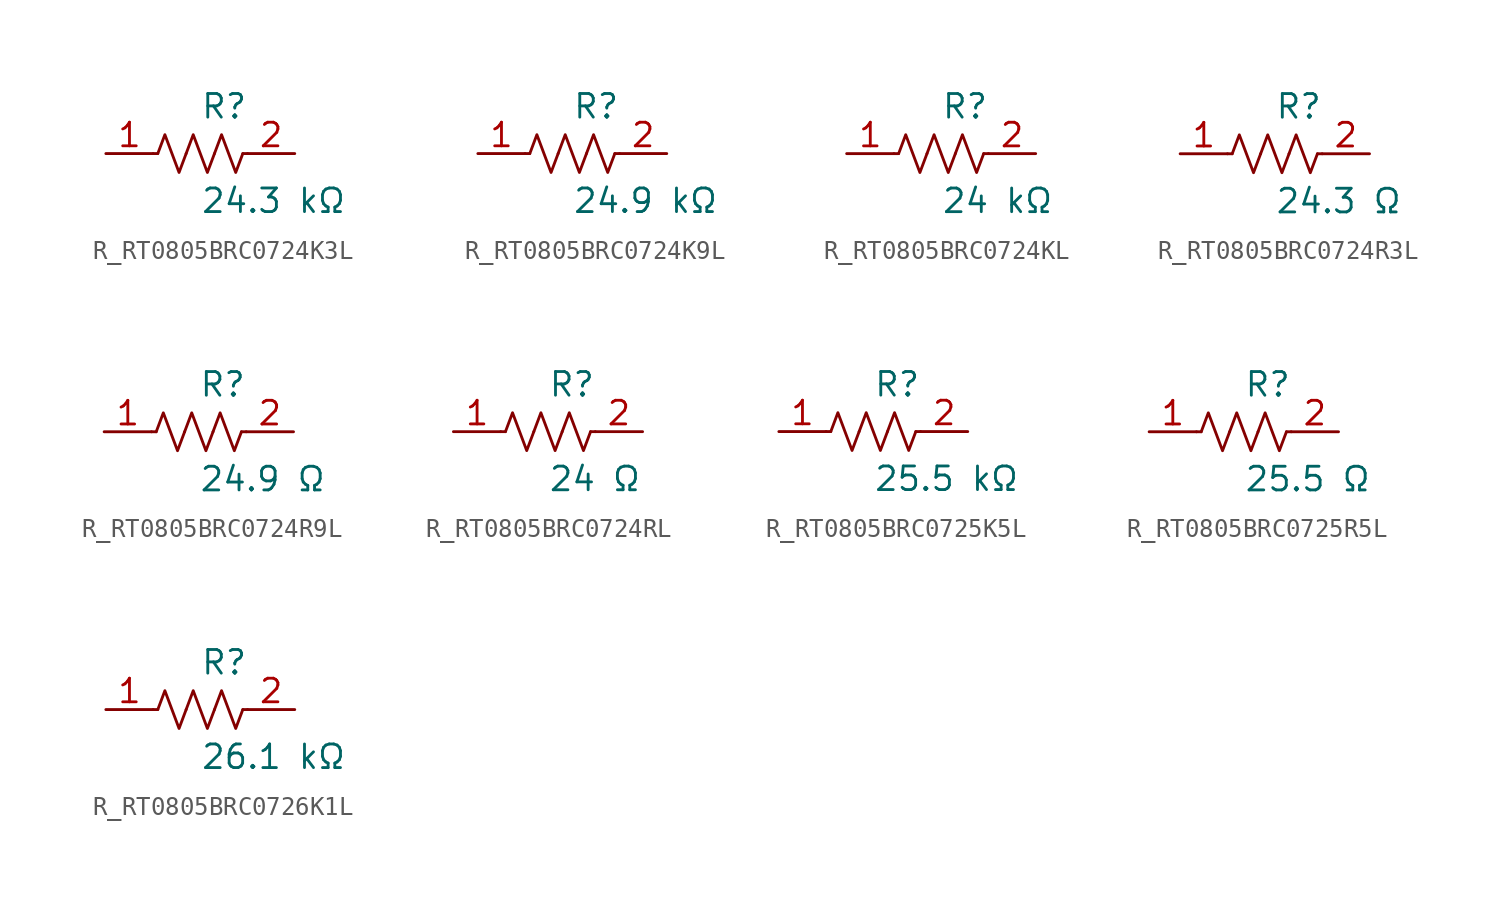
<source format=kicad_sym>
(kicad_symbol_lib
  (version 20231120)
  (generator kicad_symbol_editor)
  (generator_version 8.0)
  (symbol "R_RT0805BRC0724K3L"
    (pin_names
      (offset 0.254))
    (property "Reference" "R"
      (at 0 2.54 0)
      (effects (font (size 1.27 1.27)) (justify left)))
    (property "Value" "24.3 kΩ"
      (at 0 -2.54 0)
      (effects (font (size 1.27 1.27)) (justify left)))
    (symbol "R_RT0805BRC0724K3L_0_1"
      (polyline (pts (xy 2.286 0) (xy 2.54 0)) (stroke (width 0) (type default)) (fill (type none)))
      (polyline (pts (xy -2.286 0) (xy -2.54 0)) (stroke (width 0) (type default)) (fill (type none)))
      (polyline (pts (xy 0.762 0) (xy 1.143 1.016) (xy 1.524 0) (xy 1.905 -1.016) (xy 2.286 0)) (stroke (width 0) (type default)) (fill (type none)))
      (polyline (pts (xy -0.762 0) (xy -0.381 1.016) (xy 0 0) (xy 0.381 -1.016) (xy 0.762 0)) (stroke (width 0) (type default)) (fill (type none)))
      (polyline (pts (xy -2.286 0) (xy -1.905 1.016) (xy -1.524 0) (xy -1.143 -1.016) (xy -0.762 0)) (stroke (width 0) (type default)) (fill (type none))))
    (pin unspecified line
      (at -5.08 0 0)
      (length 2.54)
      (name "" (effects (font (size 1.27 1.27))))
      (number "1" (effects (font (size 1.27 1.27)))))
    (pin unspecified line
      (at 5.08 0 180)
      (length 2.54)
      (name "" (effects (font (size 1.27 1.27))))
      (number "2" (effects (font (size 1.27 1.27))))))
  (symbol "R_RT0805BRC0724K9L"
    (pin_names
      (offset 0.254))
    (property "Reference" "R"
      (at 0 2.54 0)
      (effects (font (size 1.27 1.27)) (justify left)))
    (property "Value" "24.9 kΩ"
      (at 0 -2.54 0)
      (effects (font (size 1.27 1.27)) (justify left)))
    (symbol "R_RT0805BRC0724K9L_0_1"
      (polyline (pts (xy 2.286 0) (xy 2.54 0)) (stroke (width 0) (type default)) (fill (type none)))
      (polyline (pts (xy -2.286 0) (xy -2.54 0)) (stroke (width 0) (type default)) (fill (type none)))
      (polyline (pts (xy 0.762 0) (xy 1.143 1.016) (xy 1.524 0) (xy 1.905 -1.016) (xy 2.286 0)) (stroke (width 0) (type default)) (fill (type none)))
      (polyline (pts (xy -0.762 0) (xy -0.381 1.016) (xy 0 0) (xy 0.381 -1.016) (xy 0.762 0)) (stroke (width 0) (type default)) (fill (type none)))
      (polyline (pts (xy -2.286 0) (xy -1.905 1.016) (xy -1.524 0) (xy -1.143 -1.016) (xy -0.762 0)) (stroke (width 0) (type default)) (fill (type none))))
    (pin unspecified line
      (at -5.08 0 0)
      (length 2.54)
      (name "" (effects (font (size 1.27 1.27))))
      (number "1" (effects (font (size 1.27 1.27)))))
    (pin unspecified line
      (at 5.08 0 180)
      (length 2.54)
      (name "" (effects (font (size 1.27 1.27))))
      (number "2" (effects (font (size 1.27 1.27))))))
  (symbol "R_RT0805BRC0724KL"
    (pin_names
      (offset 0.254))
    (property "Reference" "R"
      (at 0 2.54 0)
      (effects (font (size 1.27 1.27)) (justify left)))
    (property "Value" "24 kΩ"
      (at 0 -2.54 0)
      (effects (font (size 1.27 1.27)) (justify left)))
    (symbol "R_RT0805BRC0724KL_0_1"
      (polyline (pts (xy 2.286 0) (xy 2.54 0)) (stroke (width 0) (type default)) (fill (type none)))
      (polyline (pts (xy -2.286 0) (xy -2.54 0)) (stroke (width 0) (type default)) (fill (type none)))
      (polyline (pts (xy 0.762 0) (xy 1.143 1.016) (xy 1.524 0) (xy 1.905 -1.016) (xy 2.286 0)) (stroke (width 0) (type default)) (fill (type none)))
      (polyline (pts (xy -0.762 0) (xy -0.381 1.016) (xy 0 0) (xy 0.381 -1.016) (xy 0.762 0)) (stroke (width 0) (type default)) (fill (type none)))
      (polyline (pts (xy -2.286 0) (xy -1.905 1.016) (xy -1.524 0) (xy -1.143 -1.016) (xy -0.762 0)) (stroke (width 0) (type default)) (fill (type none))))
    (pin unspecified line
      (at -5.08 0 0)
      (length 2.54)
      (name "" (effects (font (size 1.27 1.27))))
      (number "1" (effects (font (size 1.27 1.27)))))
    (pin unspecified line
      (at 5.08 0 180)
      (length 2.54)
      (name "" (effects (font (size 1.27 1.27))))
      (number "2" (effects (font (size 1.27 1.27))))))
  (symbol "R_RT0805BRC0724R3L"
    (pin_names
      (offset 0.254))
    (property "Reference" "R"
      (at 0 2.54 0)
      (effects (font (size 1.27 1.27)) (justify left)))
    (property "Value" "24.3 Ω"
      (at 0 -2.54 0)
      (effects (font (size 1.27 1.27)) (justify left)))
    (symbol "R_RT0805BRC0724R3L_0_1"
      (polyline (pts (xy 2.286 0) (xy 2.54 0)) (stroke (width 0) (type default)) (fill (type none)))
      (polyline (pts (xy -2.286 0) (xy -2.54 0)) (stroke (width 0) (type default)) (fill (type none)))
      (polyline (pts (xy 0.762 0) (xy 1.143 1.016) (xy 1.524 0) (xy 1.905 -1.016) (xy 2.286 0)) (stroke (width 0) (type default)) (fill (type none)))
      (polyline (pts (xy -0.762 0) (xy -0.381 1.016) (xy 0 0) (xy 0.381 -1.016) (xy 0.762 0)) (stroke (width 0) (type default)) (fill (type none)))
      (polyline (pts (xy -2.286 0) (xy -1.905 1.016) (xy -1.524 0) (xy -1.143 -1.016) (xy -0.762 0)) (stroke (width 0) (type default)) (fill (type none))))
    (pin unspecified line
      (at -5.08 0 0)
      (length 2.54)
      (name "" (effects (font (size 1.27 1.27))))
      (number "1" (effects (font (size 1.27 1.27)))))
    (pin unspecified line
      (at 5.08 0 180)
      (length 2.54)
      (name "" (effects (font (size 1.27 1.27))))
      (number "2" (effects (font (size 1.27 1.27))))))
  (symbol "R_RT0805BRC0724R9L"
    (pin_names
      (offset 0.254))
    (property "Reference" "R"
      (at 0 2.54 0)
      (effects (font (size 1.27 1.27)) (justify left)))
    (property "Value" "24.9 Ω"
      (at 0 -2.54 0)
      (effects (font (size 1.27 1.27)) (justify left)))
    (symbol "R_RT0805BRC0724R9L_0_1"
      (polyline (pts (xy 2.286 0) (xy 2.54 0)) (stroke (width 0) (type default)) (fill (type none)))
      (polyline (pts (xy -2.286 0) (xy -2.54 0)) (stroke (width 0) (type default)) (fill (type none)))
      (polyline (pts (xy 0.762 0) (xy 1.143 1.016) (xy 1.524 0) (xy 1.905 -1.016) (xy 2.286 0)) (stroke (width 0) (type default)) (fill (type none)))
      (polyline (pts (xy -0.762 0) (xy -0.381 1.016) (xy 0 0) (xy 0.381 -1.016) (xy 0.762 0)) (stroke (width 0) (type default)) (fill (type none)))
      (polyline (pts (xy -2.286 0) (xy -1.905 1.016) (xy -1.524 0) (xy -1.143 -1.016) (xy -0.762 0)) (stroke (width 0) (type default)) (fill (type none))))
    (pin unspecified line
      (at -5.08 0 0)
      (length 2.54)
      (name "" (effects (font (size 1.27 1.27))))
      (number "1" (effects (font (size 1.27 1.27)))))
    (pin unspecified line
      (at 5.08 0 180)
      (length 2.54)
      (name "" (effects (font (size 1.27 1.27))))
      (number "2" (effects (font (size 1.27 1.27))))))
  (symbol "R_RT0805BRC0724RL"
    (pin_names
      (offset 0.254))
    (property "Reference" "R"
      (at 0 2.54 0)
      (effects (font (size 1.27 1.27)) (justify left)))
    (property "Value" "24 Ω"
      (at 0 -2.54 0)
      (effects (font (size 1.27 1.27)) (justify left)))
    (symbol "R_RT0805BRC0724RL_0_1"
      (polyline (pts (xy 2.286 0) (xy 2.54 0)) (stroke (width 0) (type default)) (fill (type none)))
      (polyline (pts (xy -2.286 0) (xy -2.54 0)) (stroke (width 0) (type default)) (fill (type none)))
      (polyline (pts (xy 0.762 0) (xy 1.143 1.016) (xy 1.524 0) (xy 1.905 -1.016) (xy 2.286 0)) (stroke (width 0) (type default)) (fill (type none)))
      (polyline (pts (xy -0.762 0) (xy -0.381 1.016) (xy 0 0) (xy 0.381 -1.016) (xy 0.762 0)) (stroke (width 0) (type default)) (fill (type none)))
      (polyline (pts (xy -2.286 0) (xy -1.905 1.016) (xy -1.524 0) (xy -1.143 -1.016) (xy -0.762 0)) (stroke (width 0) (type default)) (fill (type none))))
    (pin unspecified line
      (at -5.08 0 0)
      (length 2.54)
      (name "" (effects (font (size 1.27 1.27))))
      (number "1" (effects (font (size 1.27 1.27)))))
    (pin unspecified line
      (at 5.08 0 180)
      (length 2.54)
      (name "" (effects (font (size 1.27 1.27))))
      (number "2" (effects (font (size 1.27 1.27))))))
  (symbol "R_RT0805BRC0725K5L"
    (pin_names
      (offset 0.254))
    (property "Reference" "R"
      (at 0 2.54 0)
      (effects (font (size 1.27 1.27)) (justify left)))
    (property "Value" "25.5 kΩ"
      (at 0 -2.54 0)
      (effects (font (size 1.27 1.27)) (justify left)))
    (symbol "R_RT0805BRC0725K5L_0_1"
      (polyline (pts (xy 2.286 0) (xy 2.54 0)) (stroke (width 0) (type default)) (fill (type none)))
      (polyline (pts (xy -2.286 0) (xy -2.54 0)) (stroke (width 0) (type default)) (fill (type none)))
      (polyline (pts (xy 0.762 0) (xy 1.143 1.016) (xy 1.524 0) (xy 1.905 -1.016) (xy 2.286 0)) (stroke (width 0) (type default)) (fill (type none)))
      (polyline (pts (xy -0.762 0) (xy -0.381 1.016) (xy 0 0) (xy 0.381 -1.016) (xy 0.762 0)) (stroke (width 0) (type default)) (fill (type none)))
      (polyline (pts (xy -2.286 0) (xy -1.905 1.016) (xy -1.524 0) (xy -1.143 -1.016) (xy -0.762 0)) (stroke (width 0) (type default)) (fill (type none))))
    (pin unspecified line
      (at -5.08 0 0)
      (length 2.54)
      (name "" (effects (font (size 1.27 1.27))))
      (number "1" (effects (font (size 1.27 1.27)))))
    (pin unspecified line
      (at 5.08 0 180)
      (length 2.54)
      (name "" (effects (font (size 1.27 1.27))))
      (number "2" (effects (font (size 1.27 1.27))))))
  (symbol "R_RT0805BRC0725R5L"
    (pin_names
      (offset 0.254))
    (property "Reference" "R"
      (at 0 2.54 0)
      (effects (font (size 1.27 1.27)) (justify left)))
    (property "Value" "25.5 Ω"
      (at 0 -2.54 0)
      (effects (font (size 1.27 1.27)) (justify left)))
    (symbol "R_RT0805BRC0725R5L_0_1"
      (polyline (pts (xy 2.286 0) (xy 2.54 0)) (stroke (width 0) (type default)) (fill (type none)))
      (polyline (pts (xy -2.286 0) (xy -2.54 0)) (stroke (width 0) (type default)) (fill (type none)))
      (polyline (pts (xy 0.762 0) (xy 1.143 1.016) (xy 1.524 0) (xy 1.905 -1.016) (xy 2.286 0)) (stroke (width 0) (type default)) (fill (type none)))
      (polyline (pts (xy -0.762 0) (xy -0.381 1.016) (xy 0 0) (xy 0.381 -1.016) (xy 0.762 0)) (stroke (width 0) (type default)) (fill (type none)))
      (polyline (pts (xy -2.286 0) (xy -1.905 1.016) (xy -1.524 0) (xy -1.143 -1.016) (xy -0.762 0)) (stroke (width 0) (type default)) (fill (type none))))
    (pin unspecified line
      (at -5.08 0 0)
      (length 2.54)
      (name "" (effects (font (size 1.27 1.27))))
      (number "1" (effects (font (size 1.27 1.27)))))
    (pin unspecified line
      (at 5.08 0 180)
      (length 2.54)
      (name "" (effects (font (size 1.27 1.27))))
      (number "2" (effects (font (size 1.27 1.27))))))
  (symbol "R_RT0805BRC0726K1L"
    (pin_names
      (offset 0.254))
    (property "Reference" "R"
      (at 0 2.54 0)
      (effects (font (size 1.27 1.27)) (justify left)))
    (property "Value" "26.1 kΩ"
      (at 0 -2.54 0)
      (effects (font (size 1.27 1.27)) (justify left)))
    (symbol "R_RT0805BRC0726K1L_0_1"
      (polyline (pts (xy 2.286 0) (xy 2.54 0)) (stroke (width 0) (type default)) (fill (type none)))
      (polyline (pts (xy -2.286 0) (xy -2.54 0)) (stroke (width 0) (type default)) (fill (type none)))
      (polyline (pts (xy 0.762 0) (xy 1.143 1.016) (xy 1.524 0) (xy 1.905 -1.016) (xy 2.286 0)) (stroke (width 0) (type default)) (fill (type none)))
      (polyline (pts (xy -0.762 0) (xy -0.381 1.016) (xy 0 0) (xy 0.381 -1.016) (xy 0.762 0)) (stroke (width 0) (type default)) (fill (type none)))
      (polyline (pts (xy -2.286 0) (xy -1.905 1.016) (xy -1.524 0) (xy -1.143 -1.016) (xy -0.762 0)) (stroke (width 0) (type default)) (fill (type none))))
    (pin unspecified line
      (at -5.08 0 0)
      (length 2.54)
      (name "" (effects (font (size 1.27 1.27))))
      (number "1" (effects (font (size 1.27 1.27)))))
    (pin unspecified line
      (at 5.08 0 180)
      (length 2.54)
      (name "" (effects (font (size 1.27 1.27))))
      (number "2" (effects (font (size 1.27 1.27)))))))
</source>
